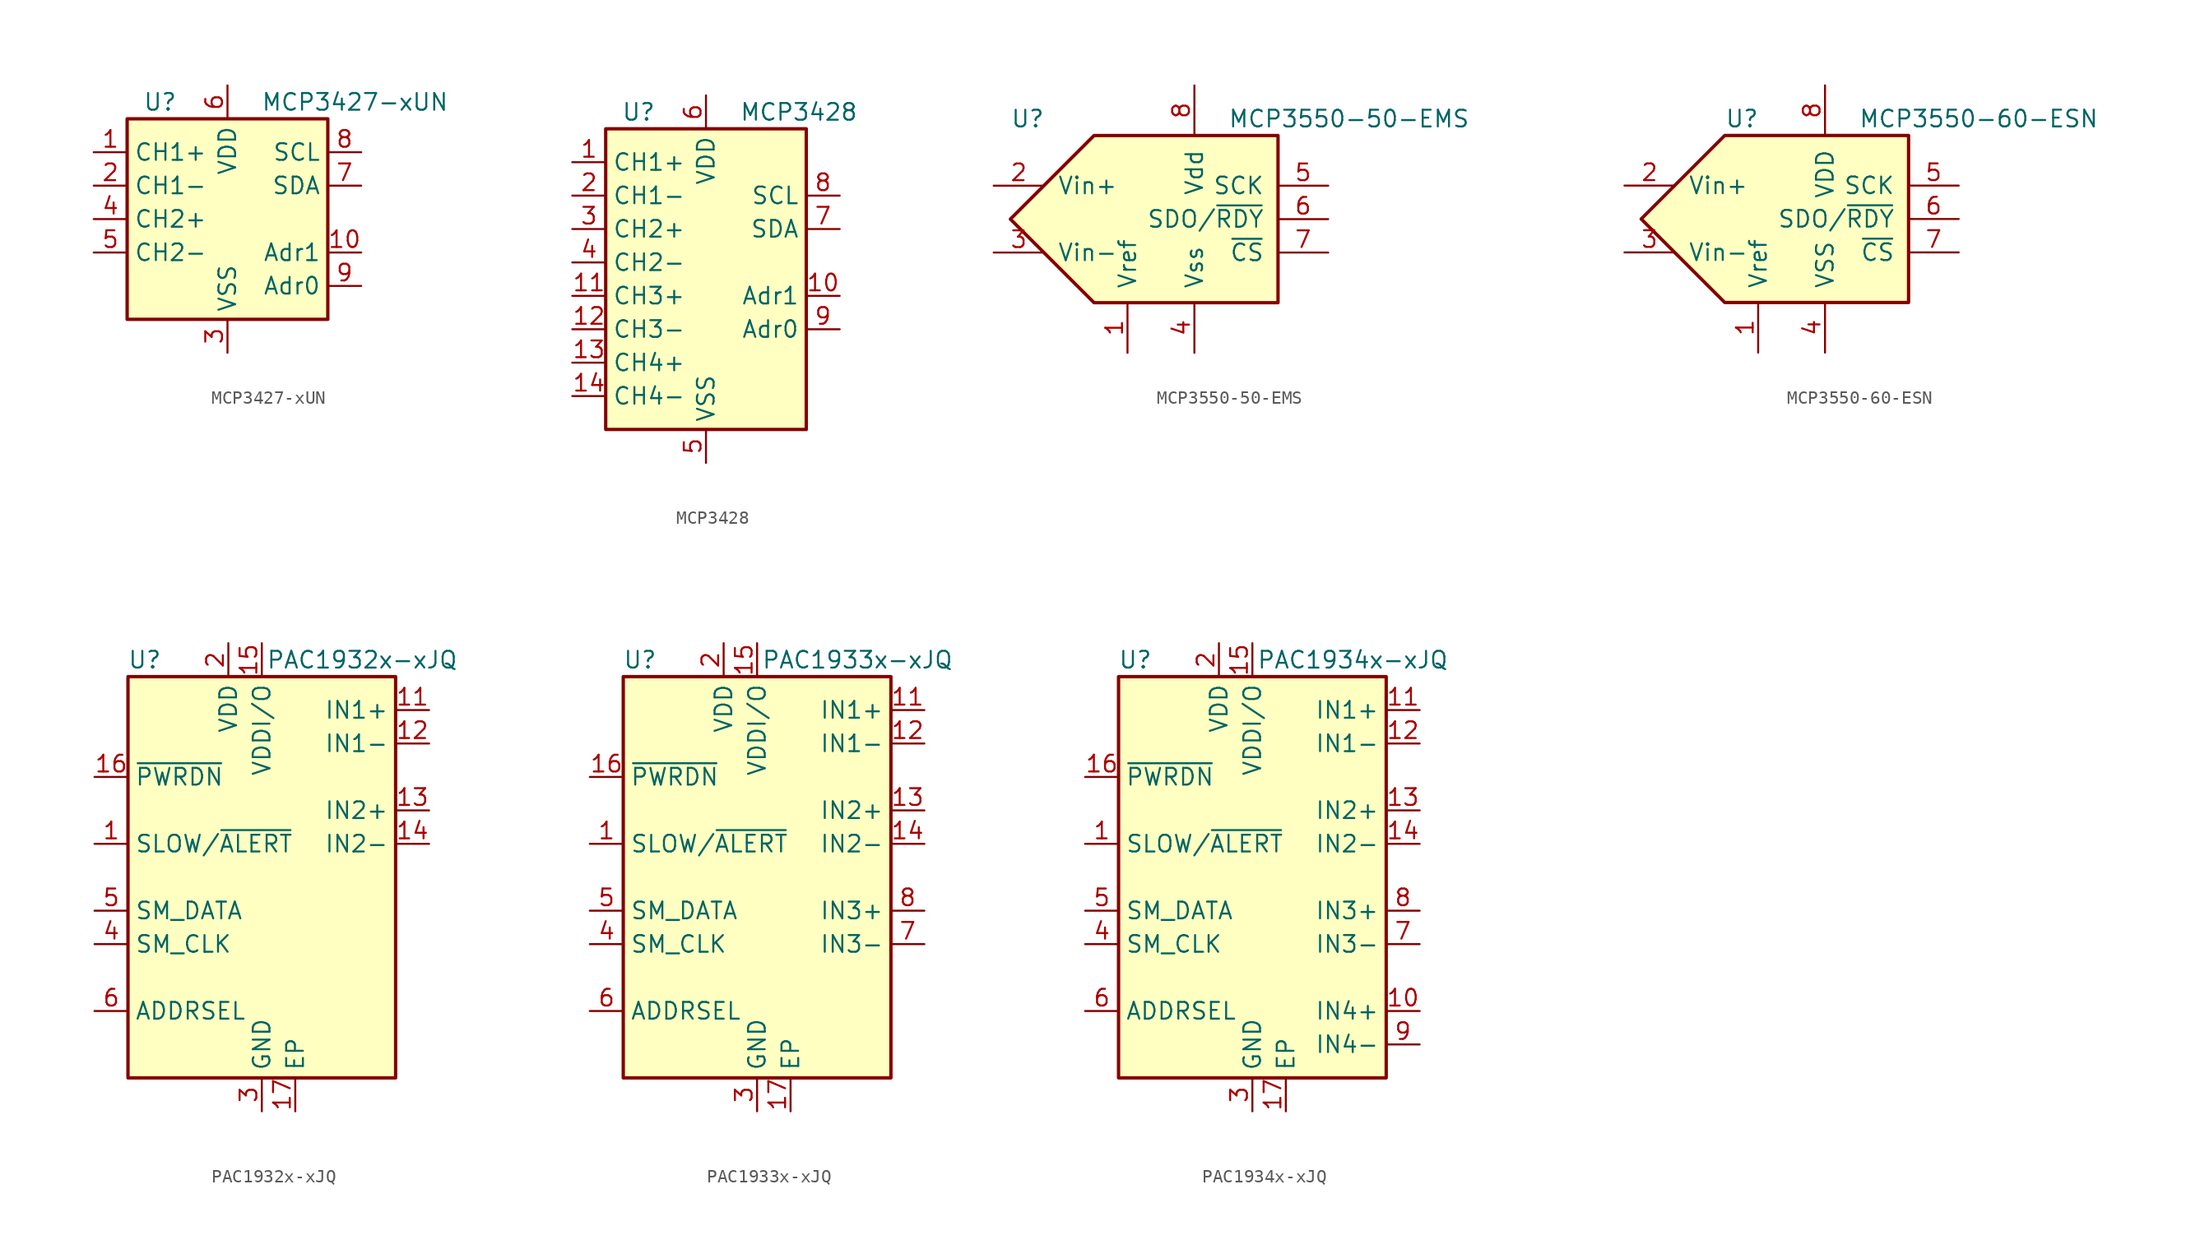
<source format=kicad_sym>
(kicad_symbol_lib
  (version 20201005)
  (generator kicad_symbol_editor)
  (symbol "Analog_ADC:MCP3427-xUN"
    (property "Reference" "U"
      (at -3.81 8.89 0)
      (effects (font (size 1.27 1.27)) (justify right)))
    (property "Value" "MCP3427-xUN"
      (at 2.54 8.89 0)
      (effects (font (size 1.27 1.27)) (justify left)))
    (symbol "MCP3427-xUN_0_1"
      (rectangle (start -7.62 7.62) (end 7.62 -7.62) (stroke (width 0.254)) (fill (type background))))
    (symbol "MCP3427-xUN_1_1"
      (pin input line (at -10.16 5.08 0) (length 2.54) (name "CH1+" (effects (font (size 1.27 1.27)))) (number "1" (effects (font (size 1.27 1.27)))))
      (pin input line (at 10.16 -2.54 180) (length 2.54) (name "Adr1" (effects (font (size 1.27 1.27)))) (number "10" (effects (font (size 1.27 1.27)))))
      (pin input line (at -10.16 2.54 0) (length 2.54) (name "CH1-" (effects (font (size 1.27 1.27)))) (number "2" (effects (font (size 1.27 1.27)))))
      (pin power_in line (at 0 -10.16 90) (length 2.54) (name "VSS" (effects (font (size 1.27 1.27)))) (number "3" (effects (font (size 1.27 1.27)))))
      (pin input line (at -10.16 0 0) (length 2.54) (name "CH2+" (effects (font (size 1.27 1.27)))) (number "4" (effects (font (size 1.27 1.27)))))
      (pin input line (at -10.16 -2.54 0) (length 2.54) (name "CH2-" (effects (font (size 1.27 1.27)))) (number "5" (effects (font (size 1.27 1.27)))))
      (pin power_in line (at 0 10.16 270) (length 2.54) (name "VDD" (effects (font (size 1.27 1.27)))) (number "6" (effects (font (size 1.27 1.27)))))
      (pin bidirectional line (at 10.16 2.54 180) (length 2.54) (name "SDA" (effects (font (size 1.27 1.27)))) (number "7" (effects (font (size 1.27 1.27)))))
      (pin input line (at 10.16 5.08 180) (length 2.54) (name "SCL" (effects (font (size 1.27 1.27)))) (number "8" (effects (font (size 1.27 1.27)))))
      (pin input line (at 10.16 -5.08 180) (length 2.54) (name "Adr0" (effects (font (size 1.27 1.27)))) (number "9" (effects (font (size 1.27 1.27)))))))
  (symbol "Analog_ADC:MCP3428"
    (property "Reference" "U"
      (at -3.81 11.43 0)
      (effects (font (size 1.27 1.27)) (justify right)))
    (property "Value" "MCP3428"
      (at 2.54 11.43 0)
      (effects (font (size 1.27 1.27)) (justify left)))
    (symbol "MCP3428_0_1"
      (rectangle (start -7.62 10.16) (end 7.62 -12.7) (stroke (width 0.254)) (fill (type background))))
    (symbol "MCP3428_1_1"
      (pin input line (at -10.16 7.62 0) (length 2.54) (name "CH1+" (effects (font (size 1.27 1.27)))) (number "1" (effects (font (size 1.27 1.27)))))
      (pin input line (at 10.16 -2.54 180) (length 2.54) (name "Adr1" (effects (font (size 1.27 1.27)))) (number "10" (effects (font (size 1.27 1.27)))))
      (pin input line (at -10.16 -2.54 0) (length 2.54) (name "CH3+" (effects (font (size 1.27 1.27)))) (number "11" (effects (font (size 1.27 1.27)))))
      (pin input line (at -10.16 -5.08 0) (length 2.54) (name "CH3-" (effects (font (size 1.27 1.27)))) (number "12" (effects (font (size 1.27 1.27)))))
      (pin input line (at -10.16 -7.62 0) (length 2.54) (name "CH4+" (effects (font (size 1.27 1.27)))) (number "13" (effects (font (size 1.27 1.27)))))
      (pin input line (at -10.16 -10.16 0) (length 2.54) (name "CH4-" (effects (font (size 1.27 1.27)))) (number "14" (effects (font (size 1.27 1.27)))))
      (pin input line (at -10.16 5.08 0) (length 2.54) (name "CH1-" (effects (font (size 1.27 1.27)))) (number "2" (effects (font (size 1.27 1.27)))))
      (pin input line (at -10.16 2.54 0) (length 2.54) (name "CH2+" (effects (font (size 1.27 1.27)))) (number "3" (effects (font (size 1.27 1.27)))))
      (pin input line (at -10.16 0 0) (length 2.54) (name "CH2-" (effects (font (size 1.27 1.27)))) (number "4" (effects (font (size 1.27 1.27)))))
      (pin power_in line (at 0 -15.24 90) (length 2.54) (name "VSS" (effects (font (size 1.27 1.27)))) (number "5" (effects (font (size 1.27 1.27)))))
      (pin power_in line (at 0 12.7 270) (length 2.54) (name "VDD" (effects (font (size 1.27 1.27)))) (number "6" (effects (font (size 1.27 1.27)))))
      (pin bidirectional line (at 10.16 2.54 180) (length 2.54) (name "SDA" (effects (font (size 1.27 1.27)))) (number "7" (effects (font (size 1.27 1.27)))))
      (pin input line (at 10.16 5.08 180) (length 2.54) (name "SCL" (effects (font (size 1.27 1.27)))) (number "8" (effects (font (size 1.27 1.27)))))
      (pin input line (at 10.16 -5.08 180) (length 2.54) (name "Adr0" (effects (font (size 1.27 1.27)))) (number "9" (effects (font (size 1.27 1.27)))))))
  (symbol "Analog_ADC:MCP3550-50-EMS"
    (pin_names
      (offset 1.016))
    (property "Reference" "U"
      (at -11.43 7.62 0)
      (effects (font (size 1.27 1.27)) (justify left)))
    (property "Value" "MCP3550-50-EMS"
      (at 5.08 7.62 0)
      (effects (font (size 1.27 1.27)) (justify left)))
    (symbol "MCP3550-50-EMS_0_1"
      (polyline (pts (xy -5.08 6.35) (xy 8.89 6.35) (xy 8.89 0) (xy 8.89 -6.35) (xy -5.08 -6.35) (xy -11.43 0) (xy -5.08 6.35)) (stroke (width 0.254)) (fill (type background))))
    (symbol "MCP3550-50-EMS_1_1"
      (pin input line (at -2.54 -10.16 90) (length 3.81) (name "Vref" (effects (font (size 1.27 1.27)))) (number "1" (effects (font (size 1.27 1.27)))))
      (pin passive line (at -12.7 2.54 0) (length 3.81) (name "Vin+" (effects (font (size 1.27 1.27)))) (number "2" (effects (font (size 1.27 1.27)))))
      (pin passive line (at -12.7 -2.54 0) (length 3.81) (name "Vin-" (effects (font (size 1.27 1.27)))) (number "3" (effects (font (size 1.27 1.27)))))
      (pin power_in line (at 2.54 -10.16 90) (length 3.81) (name "Vss" (effects (font (size 1.27 1.27)))) (number "4" (effects (font (size 1.27 1.27)))))
      (pin input line (at 12.7 2.54 180) (length 3.81) (name "SCK" (effects (font (size 1.27 1.27)))) (number "5" (effects (font (size 1.27 1.27)))))
      (pin output line (at 12.7 0 180) (length 3.81) (name "SDO/~RDY~" (effects (font (size 1.27 1.27)))) (number "6" (effects (font (size 1.27 1.27)))))
      (pin input line (at 12.7 -2.54 180) (length 3.81) (name "~CS~" (effects (font (size 1.27 1.27)))) (number "7" (effects (font (size 1.27 1.27)))))
      (pin power_in line (at 2.54 10.16 270) (length 3.81) (name "Vdd" (effects (font (size 1.27 1.27)))) (number "8" (effects (font (size 1.27 1.27)))))))
  (symbol "Analog_ADC:MCP3550-60-ESN"
    (pin_names
      (offset 1.016))
    (property "Reference" "U"
      (at -5.08 7.62 0)
      (effects (font (size 1.27 1.27)) (justify left)))
    (property "Value" "MCP3550-60-ESN"
      (at 5.08 7.62 0)
      (effects (font (size 1.27 1.27)) (justify left)))
    (symbol "MCP3550-60-ESN_0_1"
      (polyline (pts (xy -5.08 6.35) (xy 8.89 6.35) (xy 8.89 0) (xy 8.89 -6.35) (xy -5.08 -6.35) (xy -11.43 0) (xy -5.08 6.35)) (stroke (width 0.254)) (fill (type background))))
    (symbol "MCP3550-60-ESN_1_1"
      (pin input line (at -2.54 -10.16 90) (length 3.81) (name "Vref" (effects (font (size 1.27 1.27)))) (number "1" (effects (font (size 1.27 1.27)))))
      (pin passive line (at -12.7 2.54 0) (length 3.81) (name "Vin+" (effects (font (size 1.27 1.27)))) (number "2" (effects (font (size 1.27 1.27)))))
      (pin passive line (at -12.7 -2.54 0) (length 3.81) (name "Vin-" (effects (font (size 1.27 1.27)))) (number "3" (effects (font (size 1.27 1.27)))))
      (pin power_in line (at 2.54 -10.16 90) (length 3.81) (name "VSS" (effects (font (size 1.27 1.27)))) (number "4" (effects (font (size 1.27 1.27)))))
      (pin input line (at 12.7 2.54 180) (length 3.81) (name "SCK" (effects (font (size 1.27 1.27)))) (number "5" (effects (font (size 1.27 1.27)))))
      (pin output line (at 12.7 0 180) (length 3.81) (name "SDO/~RDY~" (effects (font (size 1.27 1.27)))) (number "6" (effects (font (size 1.27 1.27)))))
      (pin input line (at 12.7 -2.54 180) (length 3.81) (name "~CS~" (effects (font (size 1.27 1.27)))) (number "7" (effects (font (size 1.27 1.27)))))
      (pin power_in line (at 2.54 10.16 270) (length 3.81) (name "VDD" (effects (font (size 1.27 1.27)))) (number "8" (effects (font (size 1.27 1.27)))))))
  (symbol "Analog_ADC:PAC1932x-xJQ"
    (property "Reference" "U"
      (at -8.89 16.51 0)
      (effects (font (size 1.27 1.27))))
    (property "Value" "PAC1932x-xJQ"
      (at 7.62 16.51 0)
      (effects (font (size 1.27 1.27))))
    (symbol "PAC1932x-xJQ_0_1"
      (rectangle (start -10.16 15.24) (end 10.16 -15.24) (stroke (width 0.254)) (fill (type background))))
    (symbol "PAC1932x-xJQ_1_1"
      (pin open_collector line (at -12.7 2.54 0) (length 2.54) (name "SLOW/~ALERT" (effects (font (size 1.27 1.27)))) (number "1" (effects (font (size 1.27 1.27)))))
      (pin passive line (at 0 -17.78 90) (length 2.54) hide (name "GND" (effects (font (size 1.27 1.27)))) (number "10" (effects (font (size 1.27 1.27)))))
      (pin input line (at 12.7 12.7 180) (length 2.54) (name "IN1+" (effects (font (size 1.27 1.27)))) (number "11" (effects (font (size 1.27 1.27)))))
      (pin input line (at 12.7 10.16 180) (length 2.54) (name "IN1-" (effects (font (size 1.27 1.27)))) (number "12" (effects (font (size 1.27 1.27)))))
      (pin input line (at 12.7 5.08 180) (length 2.54) (name "IN2+" (effects (font (size 1.27 1.27)))) (number "13" (effects (font (size 1.27 1.27)))))
      (pin input line (at 12.7 2.54 180) (length 2.54) (name "IN2-" (effects (font (size 1.27 1.27)))) (number "14" (effects (font (size 1.27 1.27)))))
      (pin power_in line (at 0 17.78 270) (length 2.54) (name "VDDI/O" (effects (font (size 1.27 1.27)))) (number "15" (effects (font (size 1.27 1.27)))))
      (pin input line (at -12.7 7.62 0) (length 2.54) (name "~PWRDN" (effects (font (size 1.27 1.27)))) (number "16" (effects (font (size 1.27 1.27)))))
      (pin power_in line (at 2.54 -17.78 90) (length 2.54) (name "EP" (effects (font (size 1.27 1.27)))) (number "17" (effects (font (size 1.27 1.27)))))
      (pin power_in line (at -2.54 17.78 270) (length 2.54) (name "VDD" (effects (font (size 1.27 1.27)))) (number "2" (effects (font (size 1.27 1.27)))))
      (pin power_in line (at 0 -17.78 90) (length 2.54) (name "GND" (effects (font (size 1.27 1.27)))) (number "3" (effects (font (size 1.27 1.27)))))
      (pin input line (at -12.7 -5.08 0) (length 2.54) (name "SM_CLK" (effects (font (size 1.27 1.27)))) (number "4" (effects (font (size 1.27 1.27)))))
      (pin bidirectional line (at -12.7 -2.54 0) (length 2.54) (name "SM_DATA" (effects (font (size 1.27 1.27)))) (number "5" (effects (font (size 1.27 1.27)))))
      (pin passive line (at -12.7 -10.16 0) (length 2.54) (name "ADDRSEL" (effects (font (size 1.27 1.27)))) (number "6" (effects (font (size 1.27 1.27)))))
      (pin passive line (at 0 -17.78 90) (length 2.54) hide (name "GND" (effects (font (size 1.27 1.27)))) (number "7" (effects (font (size 1.27 1.27)))))
      (pin passive line (at 0 -17.78 90) (length 2.54) hide (name "GND" (effects (font (size 1.27 1.27)))) (number "8" (effects (font (size 1.27 1.27)))))
      (pin passive line (at 0 -17.78 90) (length 2.54) hide (name "GND" (effects (font (size 1.27 1.27)))) (number "9" (effects (font (size 1.27 1.27)))))))
  (symbol "Analog_ADC:PAC1933x-xJQ"
    (property "Reference" "U"
      (at -8.89 16.51 0)
      (effects (font (size 1.27 1.27))))
    (property "Value" "PAC1933x-xJQ"
      (at 7.62 16.51 0)
      (effects (font (size 1.27 1.27))))
    (symbol "PAC1933x-xJQ_0_1"
      (rectangle (start -10.16 15.24) (end 10.16 -15.24) (stroke (width 0.254)) (fill (type background))))
    (symbol "PAC1933x-xJQ_1_1"
      (pin open_collector line (at -12.7 2.54 0) (length 2.54) (name "SLOW/~ALERT" (effects (font (size 1.27 1.27)))) (number "1" (effects (font (size 1.27 1.27)))))
      (pin passive line (at 0 -17.78 90) (length 2.54) hide (name "GND" (effects (font (size 1.27 1.27)))) (number "10" (effects (font (size 1.27 1.27)))))
      (pin input line (at 12.7 12.7 180) (length 2.54) (name "IN1+" (effects (font (size 1.27 1.27)))) (number "11" (effects (font (size 1.27 1.27)))))
      (pin input line (at 12.7 10.16 180) (length 2.54) (name "IN1-" (effects (font (size 1.27 1.27)))) (number "12" (effects (font (size 1.27 1.27)))))
      (pin input line (at 12.7 5.08 180) (length 2.54) (name "IN2+" (effects (font (size 1.27 1.27)))) (number "13" (effects (font (size 1.27 1.27)))))
      (pin input line (at 12.7 2.54 180) (length 2.54) (name "IN2-" (effects (font (size 1.27 1.27)))) (number "14" (effects (font (size 1.27 1.27)))))
      (pin power_in line (at 0 17.78 270) (length 2.54) (name "VDDI/O" (effects (font (size 1.27 1.27)))) (number "15" (effects (font (size 1.27 1.27)))))
      (pin input line (at -12.7 7.62 0) (length 2.54) (name "~PWRDN" (effects (font (size 1.27 1.27)))) (number "16" (effects (font (size 1.27 1.27)))))
      (pin power_in line (at 2.54 -17.78 90) (length 2.54) (name "EP" (effects (font (size 1.27 1.27)))) (number "17" (effects (font (size 1.27 1.27)))))
      (pin power_in line (at -2.54 17.78 270) (length 2.54) (name "VDD" (effects (font (size 1.27 1.27)))) (number "2" (effects (font (size 1.27 1.27)))))
      (pin power_in line (at 0 -17.78 90) (length 2.54) (name "GND" (effects (font (size 1.27 1.27)))) (number "3" (effects (font (size 1.27 1.27)))))
      (pin input line (at -12.7 -5.08 0) (length 2.54) (name "SM_CLK" (effects (font (size 1.27 1.27)))) (number "4" (effects (font (size 1.27 1.27)))))
      (pin bidirectional line (at -12.7 -2.54 0) (length 2.54) (name "SM_DATA" (effects (font (size 1.27 1.27)))) (number "5" (effects (font (size 1.27 1.27)))))
      (pin passive line (at -12.7 -10.16 0) (length 2.54) (name "ADDRSEL" (effects (font (size 1.27 1.27)))) (number "6" (effects (font (size 1.27 1.27)))))
      (pin input line (at 12.7 -5.08 180) (length 2.54) (name "IN3-" (effects (font (size 1.27 1.27)))) (number "7" (effects (font (size 1.27 1.27)))))
      (pin input line (at 12.7 -2.54 180) (length 2.54) (name "IN3+" (effects (font (size 1.27 1.27)))) (number "8" (effects (font (size 1.27 1.27)))))
      (pin passive line (at 0 -17.78 90) (length 2.54) hide (name "GND" (effects (font (size 1.27 1.27)))) (number "9" (effects (font (size 1.27 1.27)))))))
  (symbol "Analog_ADC:PAC1934x-xJQ"
    (property "Reference" "U"
      (at -8.89 16.51 0)
      (effects (font (size 1.27 1.27))))
    (property "Value" "PAC1934x-xJQ"
      (at 7.62 16.51 0)
      (effects (font (size 1.27 1.27))))
    (symbol "PAC1934x-xJQ_0_1"
      (rectangle (start -10.16 15.24) (end 10.16 -15.24) (stroke (width 0.254)) (fill (type background))))
    (symbol "PAC1934x-xJQ_1_1"
      (pin open_collector line (at -12.7 2.54 0) (length 2.54) (name "SLOW/~ALERT" (effects (font (size 1.27 1.27)))) (number "1" (effects (font (size 1.27 1.27)))))
      (pin input line (at 12.7 -10.16 180) (length 2.54) (name "IN4+" (effects (font (size 1.27 1.27)))) (number "10" (effects (font (size 1.27 1.27)))))
      (pin input line (at 12.7 12.7 180) (length 2.54) (name "IN1+" (effects (font (size 1.27 1.27)))) (number "11" (effects (font (size 1.27 1.27)))))
      (pin input line (at 12.7 10.16 180) (length 2.54) (name "IN1-" (effects (font (size 1.27 1.27)))) (number "12" (effects (font (size 1.27 1.27)))))
      (pin input line (at 12.7 5.08 180) (length 2.54) (name "IN2+" (effects (font (size 1.27 1.27)))) (number "13" (effects (font (size 1.27 1.27)))))
      (pin input line (at 12.7 2.54 180) (length 2.54) (name "IN2-" (effects (font (size 1.27 1.27)))) (number "14" (effects (font (size 1.27 1.27)))))
      (pin power_in line (at 0 17.78 270) (length 2.54) (name "VDDI/O" (effects (font (size 1.27 1.27)))) (number "15" (effects (font (size 1.27 1.27)))))
      (pin input line (at -12.7 7.62 0) (length 2.54) (name "~PWRDN" (effects (font (size 1.27 1.27)))) (number "16" (effects (font (size 1.27 1.27)))))
      (pin power_in line (at 2.54 -17.78 90) (length 2.54) (name "EP" (effects (font (size 1.27 1.27)))) (number "17" (effects (font (size 1.27 1.27)))))
      (pin power_in line (at -2.54 17.78 270) (length 2.54) (name "VDD" (effects (font (size 1.27 1.27)))) (number "2" (effects (font (size 1.27 1.27)))))
      (pin power_in line (at 0 -17.78 90) (length 2.54) (name "GND" (effects (font (size 1.27 1.27)))) (number "3" (effects (font (size 1.27 1.27)))))
      (pin input line (at -12.7 -5.08 0) (length 2.54) (name "SM_CLK" (effects (font (size 1.27 1.27)))) (number "4" (effects (font (size 1.27 1.27)))))
      (pin bidirectional line (at -12.7 -2.54 0) (length 2.54) (name "SM_DATA" (effects (font (size 1.27 1.27)))) (number "5" (effects (font (size 1.27 1.27)))))
      (pin passive line (at -12.7 -10.16 0) (length 2.54) (name "ADDRSEL" (effects (font (size 1.27 1.27)))) (number "6" (effects (font (size 1.27 1.27)))))
      (pin input line (at 12.7 -5.08 180) (length 2.54) (name "IN3-" (effects (font (size 1.27 1.27)))) (number "7" (effects (font (size 1.27 1.27)))))
      (pin input line (at 12.7 -2.54 180) (length 2.54) (name "IN3+" (effects (font (size 1.27 1.27)))) (number "8" (effects (font (size 1.27 1.27)))))
      (pin input line (at 12.7 -12.7 180) (length 2.54) (name "IN4-" (effects (font (size 1.27 1.27)))) (number "9" (effects (font (size 1.27 1.27))))))))
</source>
